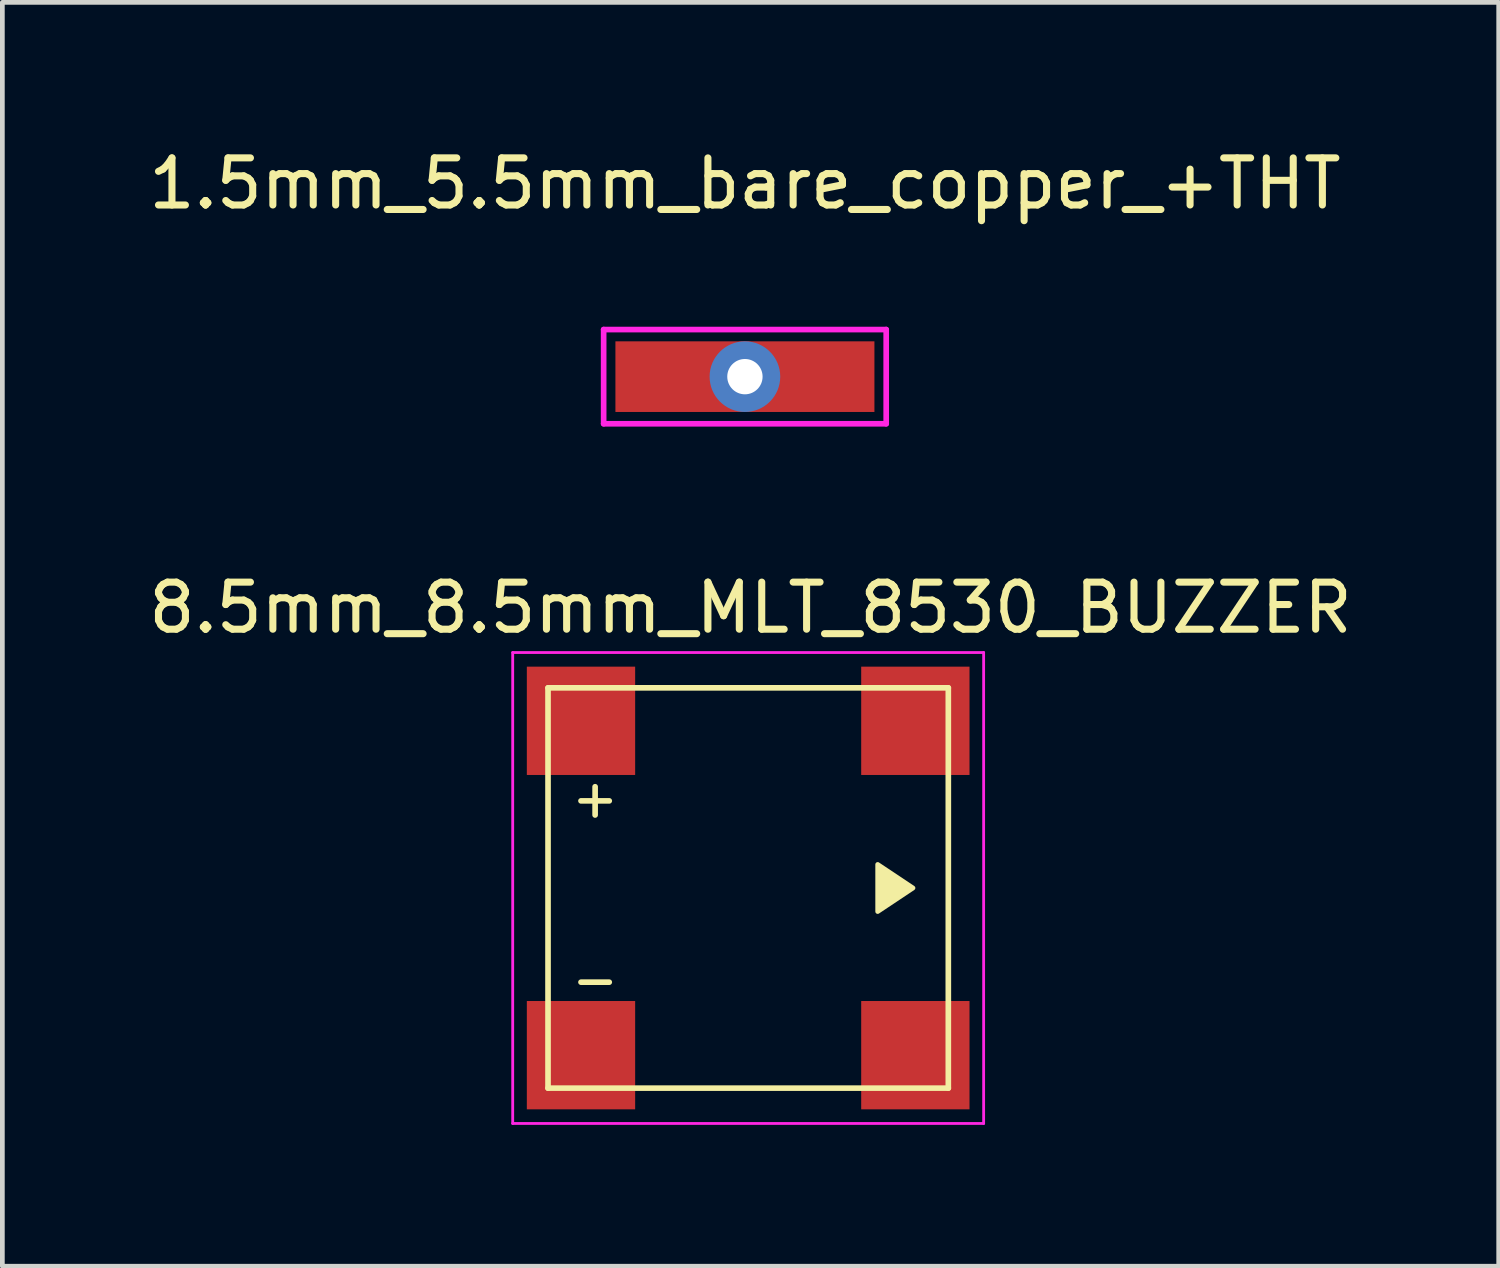
<source format=kicad_pcb>
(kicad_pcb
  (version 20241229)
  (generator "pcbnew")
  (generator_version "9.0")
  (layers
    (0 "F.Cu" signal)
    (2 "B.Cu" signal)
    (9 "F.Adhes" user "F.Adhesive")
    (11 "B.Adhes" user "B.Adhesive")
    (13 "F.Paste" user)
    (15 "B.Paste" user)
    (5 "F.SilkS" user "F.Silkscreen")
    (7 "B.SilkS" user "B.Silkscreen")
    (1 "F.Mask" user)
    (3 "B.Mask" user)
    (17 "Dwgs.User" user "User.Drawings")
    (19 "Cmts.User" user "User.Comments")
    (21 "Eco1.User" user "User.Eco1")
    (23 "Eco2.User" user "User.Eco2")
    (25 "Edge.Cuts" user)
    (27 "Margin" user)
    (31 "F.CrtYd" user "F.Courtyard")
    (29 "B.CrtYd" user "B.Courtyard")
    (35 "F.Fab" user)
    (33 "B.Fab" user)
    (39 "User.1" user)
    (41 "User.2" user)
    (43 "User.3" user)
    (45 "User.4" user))
  (footprint "1.5mm_5.5mm_bare_copper_+THT"
    (layer "F.Cu")
    (at 12.768 4.948)
    (property "Reference" "1.5mm_5.5mm_bare_copper_+THT" (at 0 -4.1 0) (layer "F.SilkS") (effects (font (size 1 1) (thickness 0.15))))
    (attr through_hole)
    (fp_line (start -3 -1) (end -3 1) (stroke (width 0.12) (type solid)) (layer "F.CrtYd"))
    (fp_line (start -3 1) (end 3 1) (stroke (width 0.12) (type solid)) (layer "F.CrtYd"))
    (fp_line (start 3 -1) (end -3 -1) (stroke (width 0.12) (type solid)) (layer "F.CrtYd"))
    (fp_line (start 3 1) (end 3 -1) (stroke (width 0.12) (type solid)) (layer "F.CrtYd"))
    (pad "1" thru_hole circle (at 0 0) (size 1.5 1.5) (drill 0.75) (layers "*.Cu" "*.Mask"))
    (pad "1" smd rect (at 0 0) (size 5.5 1.5) (layers "F.Cu" "F.Mask" "F.Paste")))
  (footprint "8.5mm_8.5mm_MLT_8530_BUZZER"
    (layer "F.Cu")
    (at 12.837 15.806)
    (property "Reference" "8.5mm_8.5mm_MLT_8530_BUZZER" (at 0.05 -5.95 0) (layer "F.SilkS") (effects (font (size 1 1) (thickness 0.15))))
    (attr smd)
    (fp_line (start -4.25 -4.25) (end 4.25 -4.25) (stroke (width 0.12) (type solid)) (layer "F.SilkS"))
    (fp_line (start -4.25 4.25) (end -4.25 -4.25) (stroke (width 0.12) (type solid)) (layer "F.SilkS"))
    (fp_line (start -3.55 -1.85) (end -2.95 -1.85) (stroke (width 0.12) (type solid)) (layer "F.SilkS"))
    (fp_line (start -3.55 2) (end -2.95 2) (stroke (width 0.12) (type solid)) (layer "F.SilkS"))
    (fp_line (start -3.25 -2.15) (end -3.25 -1.55) (stroke (width 0.12) (type solid)) (layer "F.SilkS"))
    (fp_line (start 4.25 -4.25) (end 4.25 4.25) (stroke (width 0.12) (type solid)) (layer "F.SilkS"))
    (fp_line (start 4.25 4.25) (end -4.25 4.25) (stroke (width 0.12) (type solid)) (layer "F.SilkS"))
    (fp_poly (pts (xy 3.5 0) (xy 2.75 0.5) (xy 2.75 -0.5)) (stroke (width 0.1) (type solid)) (fill yes) (layer "F.SilkS"))
    (fp_line (start -5 -5) (end 5 -5) (stroke (width 0.06) (type solid)) (layer "F.CrtYd"))
    (fp_line (start -5 5) (end -5 -5) (stroke (width 0.06) (type solid)) (layer "F.CrtYd"))
    (fp_line (start 5 -5) (end 5 5) (stroke (width 0.06) (type solid)) (layer "F.CrtYd"))
    (fp_line (start 5 5) (end -5 5) (stroke (width 0.06) (type solid)) (layer "F.CrtYd"))
    (pad "1" smd rect (at -3.55 -3.55) (size 2.3 2.3) (layers "F.Cu" "F.Mask" "F.Paste"))
    (pad "2" smd rect (at -3.55 3.55) (size 2.3 2.3) (layers "F.Cu" "F.Mask" "F.Paste"))
    (pad "3" smd rect (at 3.55 3.55) (size 2.3 2.3) (layers "F.Cu" "F.Mask" "F.Paste"))
    (pad "4" smd rect (at 3.55 -3.55) (size 2.3 2.3) (layers "F.Cu" "F.Mask" "F.Paste")))
  (gr_rect
    (start -3 -3)
    (end 28.774 23.837)
    (stroke (width 0.1) (type default))
    (fill no)
    (layer "Edge.Cuts")))
</source>
